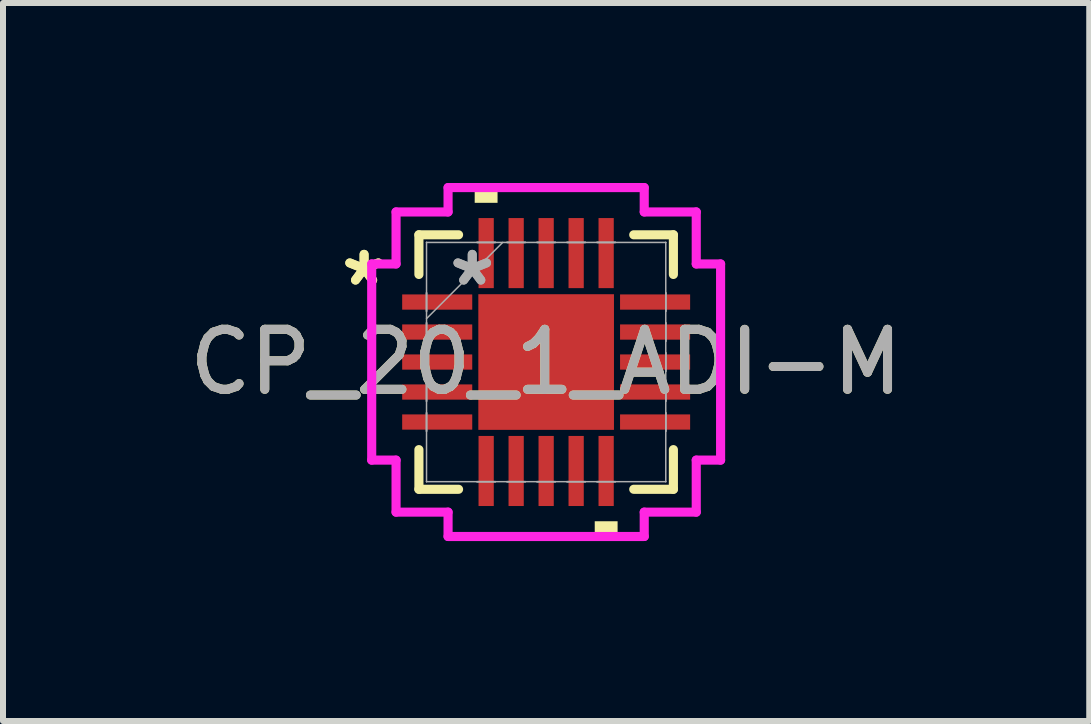
<source format=kicad_pcb>
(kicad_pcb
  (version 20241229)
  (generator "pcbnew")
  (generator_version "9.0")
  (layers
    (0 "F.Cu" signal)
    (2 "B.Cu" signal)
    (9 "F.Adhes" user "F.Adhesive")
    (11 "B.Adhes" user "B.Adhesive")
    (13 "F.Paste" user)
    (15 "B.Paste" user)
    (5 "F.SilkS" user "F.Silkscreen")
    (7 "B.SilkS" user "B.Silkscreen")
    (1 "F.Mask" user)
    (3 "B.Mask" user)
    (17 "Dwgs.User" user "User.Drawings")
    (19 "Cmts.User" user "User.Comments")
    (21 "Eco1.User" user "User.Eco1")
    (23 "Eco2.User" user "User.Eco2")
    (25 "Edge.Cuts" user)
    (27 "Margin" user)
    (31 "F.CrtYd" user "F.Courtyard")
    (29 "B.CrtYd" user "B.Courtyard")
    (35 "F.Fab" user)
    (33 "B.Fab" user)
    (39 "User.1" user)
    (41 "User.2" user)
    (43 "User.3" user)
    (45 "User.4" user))
  (footprint "CP_20_1_ADI-M"
    (layer "F.Cu")
    (at 6.054 2.985)
    (property "Reference" "CP_20_1_ADI-M" (at 0 0 0) (unlocked yes) (layer "F.SilkS") (effects (font (size 1 1) (thickness 0.15))))
    (attr smd)
    (fp_line (start -2.121 -2.121) (end -2.121 -1.46) (stroke (width 0.152) (type solid)) (layer "F.SilkS"))
    (fp_line (start -2.121 1.46) (end -2.121 2.121) (stroke (width 0.152) (type solid)) (layer "F.SilkS"))
    (fp_line (start -2.121 2.121) (end -1.46 2.121) (stroke (width 0.152) (type solid)) (layer "F.SilkS"))
    (fp_line (start -1.46 -2.121) (end -2.121 -2.121) (stroke (width 0.152) (type solid)) (layer "F.SilkS"))
    (fp_line (start 1.46 2.121) (end 2.121 2.121) (stroke (width 0.152) (type solid)) (layer "F.SilkS"))
    (fp_line (start 2.121 -2.121) (end 1.46 -2.121) (stroke (width 0.152) (type solid)) (layer "F.SilkS"))
    (fp_line (start 2.121 -1.46) (end 2.121 -2.121) (stroke (width 0.152) (type solid)) (layer "F.SilkS"))
    (fp_line (start 2.121 2.121) (end 2.121 1.46) (stroke (width 0.152) (type solid)) (layer "F.SilkS"))
    (fp_poly (pts (xy -1.191 -2.654) (xy -1.191 -2.908) (xy -0.81 -2.908) (xy -0.81 -2.654)) (stroke (width 0) (type solid)) (fill yes) (layer "F.SilkS"))
    (fp_poly (pts (xy 0.81 2.654) (xy 0.81 2.908) (xy 1.191 2.908) (xy 1.191 2.654)) (stroke (width 0) (type solid)) (fill yes) (layer "F.SilkS"))
    (fp_line (start -2.908 -1.635) (end -2.502 -1.635) (stroke (width 0.152) (type solid)) (layer "F.CrtYd"))
    (fp_line (start -2.908 1.635) (end -2.908 -1.635) (stroke (width 0.152) (type solid)) (layer "F.CrtYd"))
    (fp_line (start -2.502 -2.502) (end -1.635 -2.502) (stroke (width 0.152) (type solid)) (layer "F.CrtYd"))
    (fp_line (start -2.502 -1.635) (end -2.502 -2.502) (stroke (width 0.152) (type solid)) (layer "F.CrtYd"))
    (fp_line (start -2.502 1.635) (end -2.908 1.635) (stroke (width 0.152) (type solid)) (layer "F.CrtYd"))
    (fp_line (start -2.502 2.502) (end -2.502 1.635) (stroke (width 0.152) (type solid)) (layer "F.CrtYd"))
    (fp_line (start -1.635 -2.908) (end 1.635 -2.908) (stroke (width 0.152) (type solid)) (layer "F.CrtYd"))
    (fp_line (start -1.635 -2.502) (end -1.635 -2.908) (stroke (width 0.152) (type solid)) (layer "F.CrtYd"))
    (fp_line (start -1.635 2.502) (end -2.502 2.502) (stroke (width 0.152) (type solid)) (layer "F.CrtYd"))
    (fp_line (start -1.635 2.908) (end -1.635 2.502) (stroke (width 0.152) (type solid)) (layer "F.CrtYd"))
    (fp_line (start 1.635 -2.908) (end 1.635 -2.502) (stroke (width 0.152) (type solid)) (layer "F.CrtYd"))
    (fp_line (start 1.635 -2.502) (end 2.502 -2.502) (stroke (width 0.152) (type solid)) (layer "F.CrtYd"))
    (fp_line (start 1.635 2.502) (end 1.635 2.908) (stroke (width 0.152) (type solid)) (layer "F.CrtYd"))
    (fp_line (start 1.635 2.908) (end -1.635 2.908) (stroke (width 0.152) (type solid)) (layer "F.CrtYd"))
    (fp_line (start 2.502 -2.502) (end 2.502 -1.635) (stroke (width 0.152) (type solid)) (layer "F.CrtYd"))
    (fp_line (start 2.502 -1.635) (end 2.908 -1.635) (stroke (width 0.152) (type solid)) (layer "F.CrtYd"))
    (fp_line (start 2.502 1.635) (end 2.502 2.502) (stroke (width 0.152) (type solid)) (layer "F.CrtYd"))
    (fp_line (start 2.502 2.502) (end 1.635 2.502) (stroke (width 0.152) (type solid)) (layer "F.CrtYd"))
    (fp_line (start 2.908 -1.635) (end 2.908 1.635) (stroke (width 0.152) (type solid)) (layer "F.CrtYd"))
    (fp_line (start 2.908 1.635) (end 2.502 1.635) (stroke (width 0.152) (type solid)) (layer "F.CrtYd"))
    (fp_line (start -1.994 -1.994) (end -1.994 -1.994) (stroke (width 0.025) (type solid)) (layer "F.Fab"))
    (fp_line (start -1.994 -1.994) (end -1.994 1.994) (stroke (width 0.025) (type solid)) (layer "F.Fab"))
    (fp_line (start -1.994 -1.152) (end -1.994 -1.152) (stroke (width 0.025) (type solid)) (layer "F.Fab"))
    (fp_line (start -1.994 -1.152) (end -1.994 -0.848) (stroke (width 0.025) (type solid)) (layer "F.Fab"))
    (fp_line (start -1.994 -0.848) (end -1.994 -1.152) (stroke (width 0.025) (type solid)) (layer "F.Fab"))
    (fp_line (start -1.994 -0.848) (end -1.994 -0.848) (stroke (width 0.025) (type solid)) (layer "F.Fab"))
    (fp_line (start -1.994 -0.724) (end -0.724 -1.994) (stroke (width 0.025) (type solid)) (layer "F.Fab"))
    (fp_line (start -1.994 -0.652) (end -1.994 -0.652) (stroke (width 0.025) (type solid)) (layer "F.Fab"))
    (fp_line (start -1.994 -0.652) (end -1.994 -0.348) (stroke (width 0.025) (type solid)) (layer "F.Fab"))
    (fp_line (start -1.994 -0.348) (end -1.994 -0.652) (stroke (width 0.025) (type solid)) (layer "F.Fab"))
    (fp_line (start -1.994 -0.348) (end -1.994 -0.348) (stroke (width 0.025) (type solid)) (layer "F.Fab"))
    (fp_line (start -1.994 -0.152) (end -1.994 -0.152) (stroke (width 0.025) (type solid)) (layer "F.Fab"))
    (fp_line (start -1.994 -0.152) (end -1.994 0.152) (stroke (width 0.025) (type solid)) (layer "F.Fab"))
    (fp_line (start -1.994 0.152) (end -1.994 -0.152) (stroke (width 0.025) (type solid)) (layer "F.Fab"))
    (fp_line (start -1.994 0.152) (end -1.994 0.152) (stroke (width 0.025) (type solid)) (layer "F.Fab"))
    (fp_line (start -1.994 0.348) (end -1.994 0.348) (stroke (width 0.025) (type solid)) (layer "F.Fab"))
    (fp_line (start -1.994 0.348) (end -1.994 0.652) (stroke (width 0.025) (type solid)) (layer "F.Fab"))
    (fp_line (start -1.994 0.652) (end -1.994 0.348) (stroke (width 0.025) (type solid)) (layer "F.Fab"))
    (fp_line (start -1.994 0.652) (end -1.994 0.652) (stroke (width 0.025) (type solid)) (layer "F.Fab"))
    (fp_line (start -1.994 0.848) (end -1.994 0.848) (stroke (width 0.025) (type solid)) (layer "F.Fab"))
    (fp_line (start -1.994 0.848) (end -1.994 1.152) (stroke (width 0.025) (type solid)) (layer "F.Fab"))
    (fp_line (start -1.994 1.152) (end -1.994 0.848) (stroke (width 0.025) (type solid)) (layer "F.Fab"))
    (fp_line (start -1.994 1.152) (end -1.994 1.152) (stroke (width 0.025) (type solid)) (layer "F.Fab"))
    (fp_line (start -1.994 1.994) (end -1.994 1.994) (stroke (width 0.025) (type solid)) (layer "F.Fab"))
    (fp_line (start -1.994 1.994) (end 1.994 1.994) (stroke (width 0.025) (type solid)) (layer "F.Fab"))
    (fp_line (start -1.152 -1.994) (end -1.152 -1.994) (stroke (width 0.025) (type solid)) (layer "F.Fab"))
    (fp_line (start -1.152 -1.994) (end -0.848 -1.994) (stroke (width 0.025) (type solid)) (layer "F.Fab"))
    (fp_line (start -1.152 1.994) (end -1.152 1.994) (stroke (width 0.025) (type solid)) (layer "F.Fab"))
    (fp_line (start -1.152 1.994) (end -0.848 1.994) (stroke (width 0.025) (type solid)) (layer "F.Fab"))
    (fp_line (start -0.848 -1.994) (end -1.152 -1.994) (stroke (width 0.025) (type solid)) (layer "F.Fab"))
    (fp_line (start -0.848 -1.994) (end -0.848 -1.994) (stroke (width 0.025) (type solid)) (layer "F.Fab"))
    (fp_line (start -0.848 1.994) (end -1.152 1.994) (stroke (width 0.025) (type solid)) (layer "F.Fab"))
    (fp_line (start -0.848 1.994) (end -0.848 1.994) (stroke (width 0.025) (type solid)) (layer "F.Fab"))
    (fp_line (start -0.652 -1.994) (end -0.652 -1.994) (stroke (width 0.025) (type solid)) (layer "F.Fab"))
    (fp_line (start -0.652 -1.994) (end -0.348 -1.994) (stroke (width 0.025) (type solid)) (layer "F.Fab"))
    (fp_line (start -0.652 1.994) (end -0.652 1.994) (stroke (width 0.025) (type solid)) (layer "F.Fab"))
    (fp_line (start -0.652 1.994) (end -0.348 1.994) (stroke (width 0.025) (type solid)) (layer "F.Fab"))
    (fp_line (start -0.348 -1.994) (end -0.652 -1.994) (stroke (width 0.025) (type solid)) (layer "F.Fab"))
    (fp_line (start -0.348 -1.994) (end -0.348 -1.994) (stroke (width 0.025) (type solid)) (layer "F.Fab"))
    (fp_line (start -0.348 1.994) (end -0.652 1.994) (stroke (width 0.025) (type solid)) (layer "F.Fab"))
    (fp_line (start -0.348 1.994) (end -0.348 1.994) (stroke (width 0.025) (type solid)) (layer "F.Fab"))
    (fp_line (start -0.152 -1.994) (end -0.152 -1.994) (stroke (width 0.025) (type solid)) (layer "F.Fab"))
    (fp_line (start -0.152 -1.994) (end 0.152 -1.994) (stroke (width 0.025) (type solid)) (layer "F.Fab"))
    (fp_line (start -0.152 1.994) (end -0.152 1.994) (stroke (width 0.025) (type solid)) (layer "F.Fab"))
    (fp_line (start -0.152 1.994) (end 0.152 1.994) (stroke (width 0.025) (type solid)) (layer "F.Fab"))
    (fp_line (start 0.152 -1.994) (end -0.152 -1.994) (stroke (width 0.025) (type solid)) (layer "F.Fab"))
    (fp_line (start 0.152 -1.994) (end 0.152 -1.994) (stroke (width 0.025) (type solid)) (layer "F.Fab"))
    (fp_line (start 0.152 1.994) (end -0.152 1.994) (stroke (width 0.025) (type solid)) (layer "F.Fab"))
    (fp_line (start 0.152 1.994) (end 0.152 1.994) (stroke (width 0.025) (type solid)) (layer "F.Fab"))
    (fp_line (start 0.348 -1.994) (end 0.348 -1.994) (stroke (width 0.025) (type solid)) (layer "F.Fab"))
    (fp_line (start 0.348 -1.994) (end 0.652 -1.994) (stroke (width 0.025) (type solid)) (layer "F.Fab"))
    (fp_line (start 0.348 1.994) (end 0.348 1.994) (stroke (width 0.025) (type solid)) (layer "F.Fab"))
    (fp_line (start 0.348 1.994) (end 0.652 1.994) (stroke (width 0.025) (type solid)) (layer "F.Fab"))
    (fp_line (start 0.652 -1.994) (end 0.348 -1.994) (stroke (width 0.025) (type solid)) (layer "F.Fab"))
    (fp_line (start 0.652 -1.994) (end 0.652 -1.994) (stroke (width 0.025) (type solid)) (layer "F.Fab"))
    (fp_line (start 0.652 1.994) (end 0.348 1.994) (stroke (width 0.025) (type solid)) (layer "F.Fab"))
    (fp_line (start 0.652 1.994) (end 0.652 1.994) (stroke (width 0.025) (type solid)) (layer "F.Fab"))
    (fp_line (start 0.848 -1.994) (end 0.848 -1.994) (stroke (width 0.025) (type solid)) (layer "F.Fab"))
    (fp_line (start 0.848 -1.994) (end 1.152 -1.994) (stroke (width 0.025) (type solid)) (layer "F.Fab"))
    (fp_line (start 0.848 1.994) (end 0.848 1.994) (stroke (width 0.025) (type solid)) (layer "F.Fab"))
    (fp_line (start 0.848 1.994) (end 1.152 1.994) (stroke (width 0.025) (type solid)) (layer "F.Fab"))
    (fp_line (start 1.152 -1.994) (end 0.848 -1.994) (stroke (width 0.025) (type solid)) (layer "F.Fab"))
    (fp_line (start 1.152 -1.994) (end 1.152 -1.994) (stroke (width 0.025) (type solid)) (layer "F.Fab"))
    (fp_line (start 1.152 1.994) (end 0.848 1.994) (stroke (width 0.025) (type solid)) (layer "F.Fab"))
    (fp_line (start 1.152 1.994) (end 1.152 1.994) (stroke (width 0.025) (type solid)) (layer "F.Fab"))
    (fp_line (start 1.994 -1.994) (end -1.994 -1.994) (stroke (width 0.025) (type solid)) (layer "F.Fab"))
    (fp_line (start 1.994 -1.994) (end 1.994 -1.994) (stroke (width 0.025) (type solid)) (layer "F.Fab"))
    (fp_line (start 1.994 -1.152) (end 1.994 -1.152) (stroke (width 0.025) (type solid)) (layer "F.Fab"))
    (fp_line (start 1.994 -1.152) (end 1.994 -0.848) (stroke (width 0.025) (type solid)) (layer "F.Fab"))
    (fp_line (start 1.994 -0.848) (end 1.994 -1.152) (stroke (width 0.025) (type solid)) (layer "F.Fab"))
    (fp_line (start 1.994 -0.848) (end 1.994 -0.848) (stroke (width 0.025) (type solid)) (layer "F.Fab"))
    (fp_line (start 1.994 -0.652) (end 1.994 -0.652) (stroke (width 0.025) (type solid)) (layer "F.Fab"))
    (fp_line (start 1.994 -0.652) (end 1.994 -0.348) (stroke (width 0.025) (type solid)) (layer "F.Fab"))
    (fp_line (start 1.994 -0.348) (end 1.994 -0.652) (stroke (width 0.025) (type solid)) (layer "F.Fab"))
    (fp_line (start 1.994 -0.348) (end 1.994 -0.348) (stroke (width 0.025) (type solid)) (layer "F.Fab"))
    (fp_line (start 1.994 -0.152) (end 1.994 -0.152) (stroke (width 0.025) (type solid)) (layer "F.Fab"))
    (fp_line (start 1.994 -0.152) (end 1.994 0.152) (stroke (width 0.025) (type solid)) (layer "F.Fab"))
    (fp_line (start 1.994 0.152) (end 1.994 -0.152) (stroke (width 0.025) (type solid)) (layer "F.Fab"))
    (fp_line (start 1.994 0.152) (end 1.994 0.152) (stroke (width 0.025) (type solid)) (layer "F.Fab"))
    (fp_line (start 1.994 0.348) (end 1.994 0.348) (stroke (width 0.025) (type solid)) (layer "F.Fab"))
    (fp_line (start 1.994 0.348) (end 1.994 0.652) (stroke (width 0.025) (type solid)) (layer "F.Fab"))
    (fp_line (start 1.994 0.652) (end 1.994 0.348) (stroke (width 0.025) (type solid)) (layer "F.Fab"))
    (fp_line (start 1.994 0.652) (end 1.994 0.652) (stroke (width 0.025) (type solid)) (layer "F.Fab"))
    (fp_line (start 1.994 0.848) (end 1.994 0.848) (stroke (width 0.025) (type solid)) (layer "F.Fab"))
    (fp_line (start 1.994 0.848) (end 1.994 1.152) (stroke (width 0.025) (type solid)) (layer "F.Fab"))
    (fp_line (start 1.994 1.152) (end 1.994 0.848) (stroke (width 0.025) (type solid)) (layer "F.Fab"))
    (fp_line (start 1.994 1.152) (end 1.994 1.152) (stroke (width 0.025) (type solid)) (layer "F.Fab"))
    (fp_line (start 1.994 1.994) (end 1.994 -1.994) (stroke (width 0.025) (type solid)) (layer "F.Fab"))
    (fp_line (start 1.994 1.994) (end 1.994 1.994) (stroke (width 0.025) (type solid)) (layer "F.Fab"))
    (fp_text user "*" (at -3.035 -1.25 0) (layer "F.SilkS") (effects (font (size 1 1) (thickness 0.15))))
    (fp_text user "*" (at -3.035 -1.25 0) (unlocked yes) (layer "F.SilkS") (effects (font (size 1 1) (thickness 0.15))))
    (fp_text user "*" (at -1.232 -1.25 0) (layer "F.Fab") (effects (font (size 1 1) (thickness 0.15))))
    (fp_text user "*" (at -1.232 -1.25 0) (unlocked yes) (layer "F.Fab") (effects (font (size 1 1) (thickness 0.15))))
    (fp_text user "${REFERENCE}" (at 0 0 0) (unlocked yes) (layer "F.Fab") (effects (font (size 1 1) (thickness 0.15))))
    (pad "1" smd rect (at -1.816 -1 90) (size 0.254 1.168) (layers "F.Cu" "F.Mask" "F.Paste"))
    (pad "2" smd rect (at -1.816 -0.5 90) (size 0.254 1.168) (layers "F.Cu" "F.Mask" "F.Paste"))
    (pad "3" smd rect (at -1.816 0 90) (size 0.254 1.168) (layers "F.Cu" "F.Mask" "F.Paste"))
    (pad "4" smd rect (at -1.816 0.5 90) (size 0.254 1.168) (layers "F.Cu" "F.Mask" "F.Paste"))
    (pad "5" smd rect (at -1.816 1 90) (size 0.254 1.168) (layers "F.Cu" "F.Mask" "F.Paste"))
    (pad "6" smd rect (at -1 1.816) (size 0.254 1.168) (layers "F.Cu" "F.Mask" "F.Paste"))
    (pad "7" smd rect (at -0.5 1.816) (size 0.254 1.168) (layers "F.Cu" "F.Mask" "F.Paste"))
    (pad "8" smd rect (at 0 1.816) (size 0.254 1.168) (layers "F.Cu" "F.Mask" "F.Paste"))
    (pad "9" smd rect (at 0.5 1.816) (size 0.254 1.168) (layers "F.Cu" "F.Mask" "F.Paste"))
    (pad "10" smd rect (at 1 1.816) (size 0.254 1.168) (layers "F.Cu" "F.Mask" "F.Paste"))
    (pad "11" smd rect (at 1.816 1 90) (size 0.254 1.168) (layers "F.Cu" "F.Mask" "F.Paste"))
    (pad "12" smd rect (at 1.816 0.5 90) (size 0.254 1.168) (layers "F.Cu" "F.Mask" "F.Paste"))
    (pad "13" smd rect (at 1.816 0 90) (size 0.254 1.168) (layers "F.Cu" "F.Mask" "F.Paste"))
    (pad "14" smd rect (at 1.816 -0.5 90) (size 0.254 1.168) (layers "F.Cu" "F.Mask" "F.Paste"))
    (pad "15" smd rect (at 1.816 -1 90) (size 0.254 1.168) (layers "F.Cu" "F.Mask" "F.Paste"))
    (pad "16" smd rect (at 1 -1.816) (size 0.254 1.168) (layers "F.Cu" "F.Mask" "F.Paste"))
    (pad "17" smd rect (at 0.5 -1.816) (size 0.254 1.168) (layers "F.Cu" "F.Mask" "F.Paste"))
    (pad "18" smd rect (at 0 -1.816) (size 0.254 1.168) (layers "F.Cu" "F.Mask" "F.Paste"))
    (pad "19" smd rect (at -0.5 -1.816) (size 0.254 1.168) (layers "F.Cu" "F.Mask" "F.Paste"))
    (pad "20" smd rect (at -1 -1.816) (size 0.254 1.168) (layers "F.Cu" "F.Mask" "F.Paste"))
    (pad "21" smd rect (at 0 0) (size 2.261 2.261) (layers "F.Cu" "F.Mask" "F.Paste")))
  (gr_rect
    (start -3 -3)
    (end 15.107 8.969)
    (stroke (width 0.1) (type default))
    (fill no)
    (layer "Edge.Cuts")))
</source>
